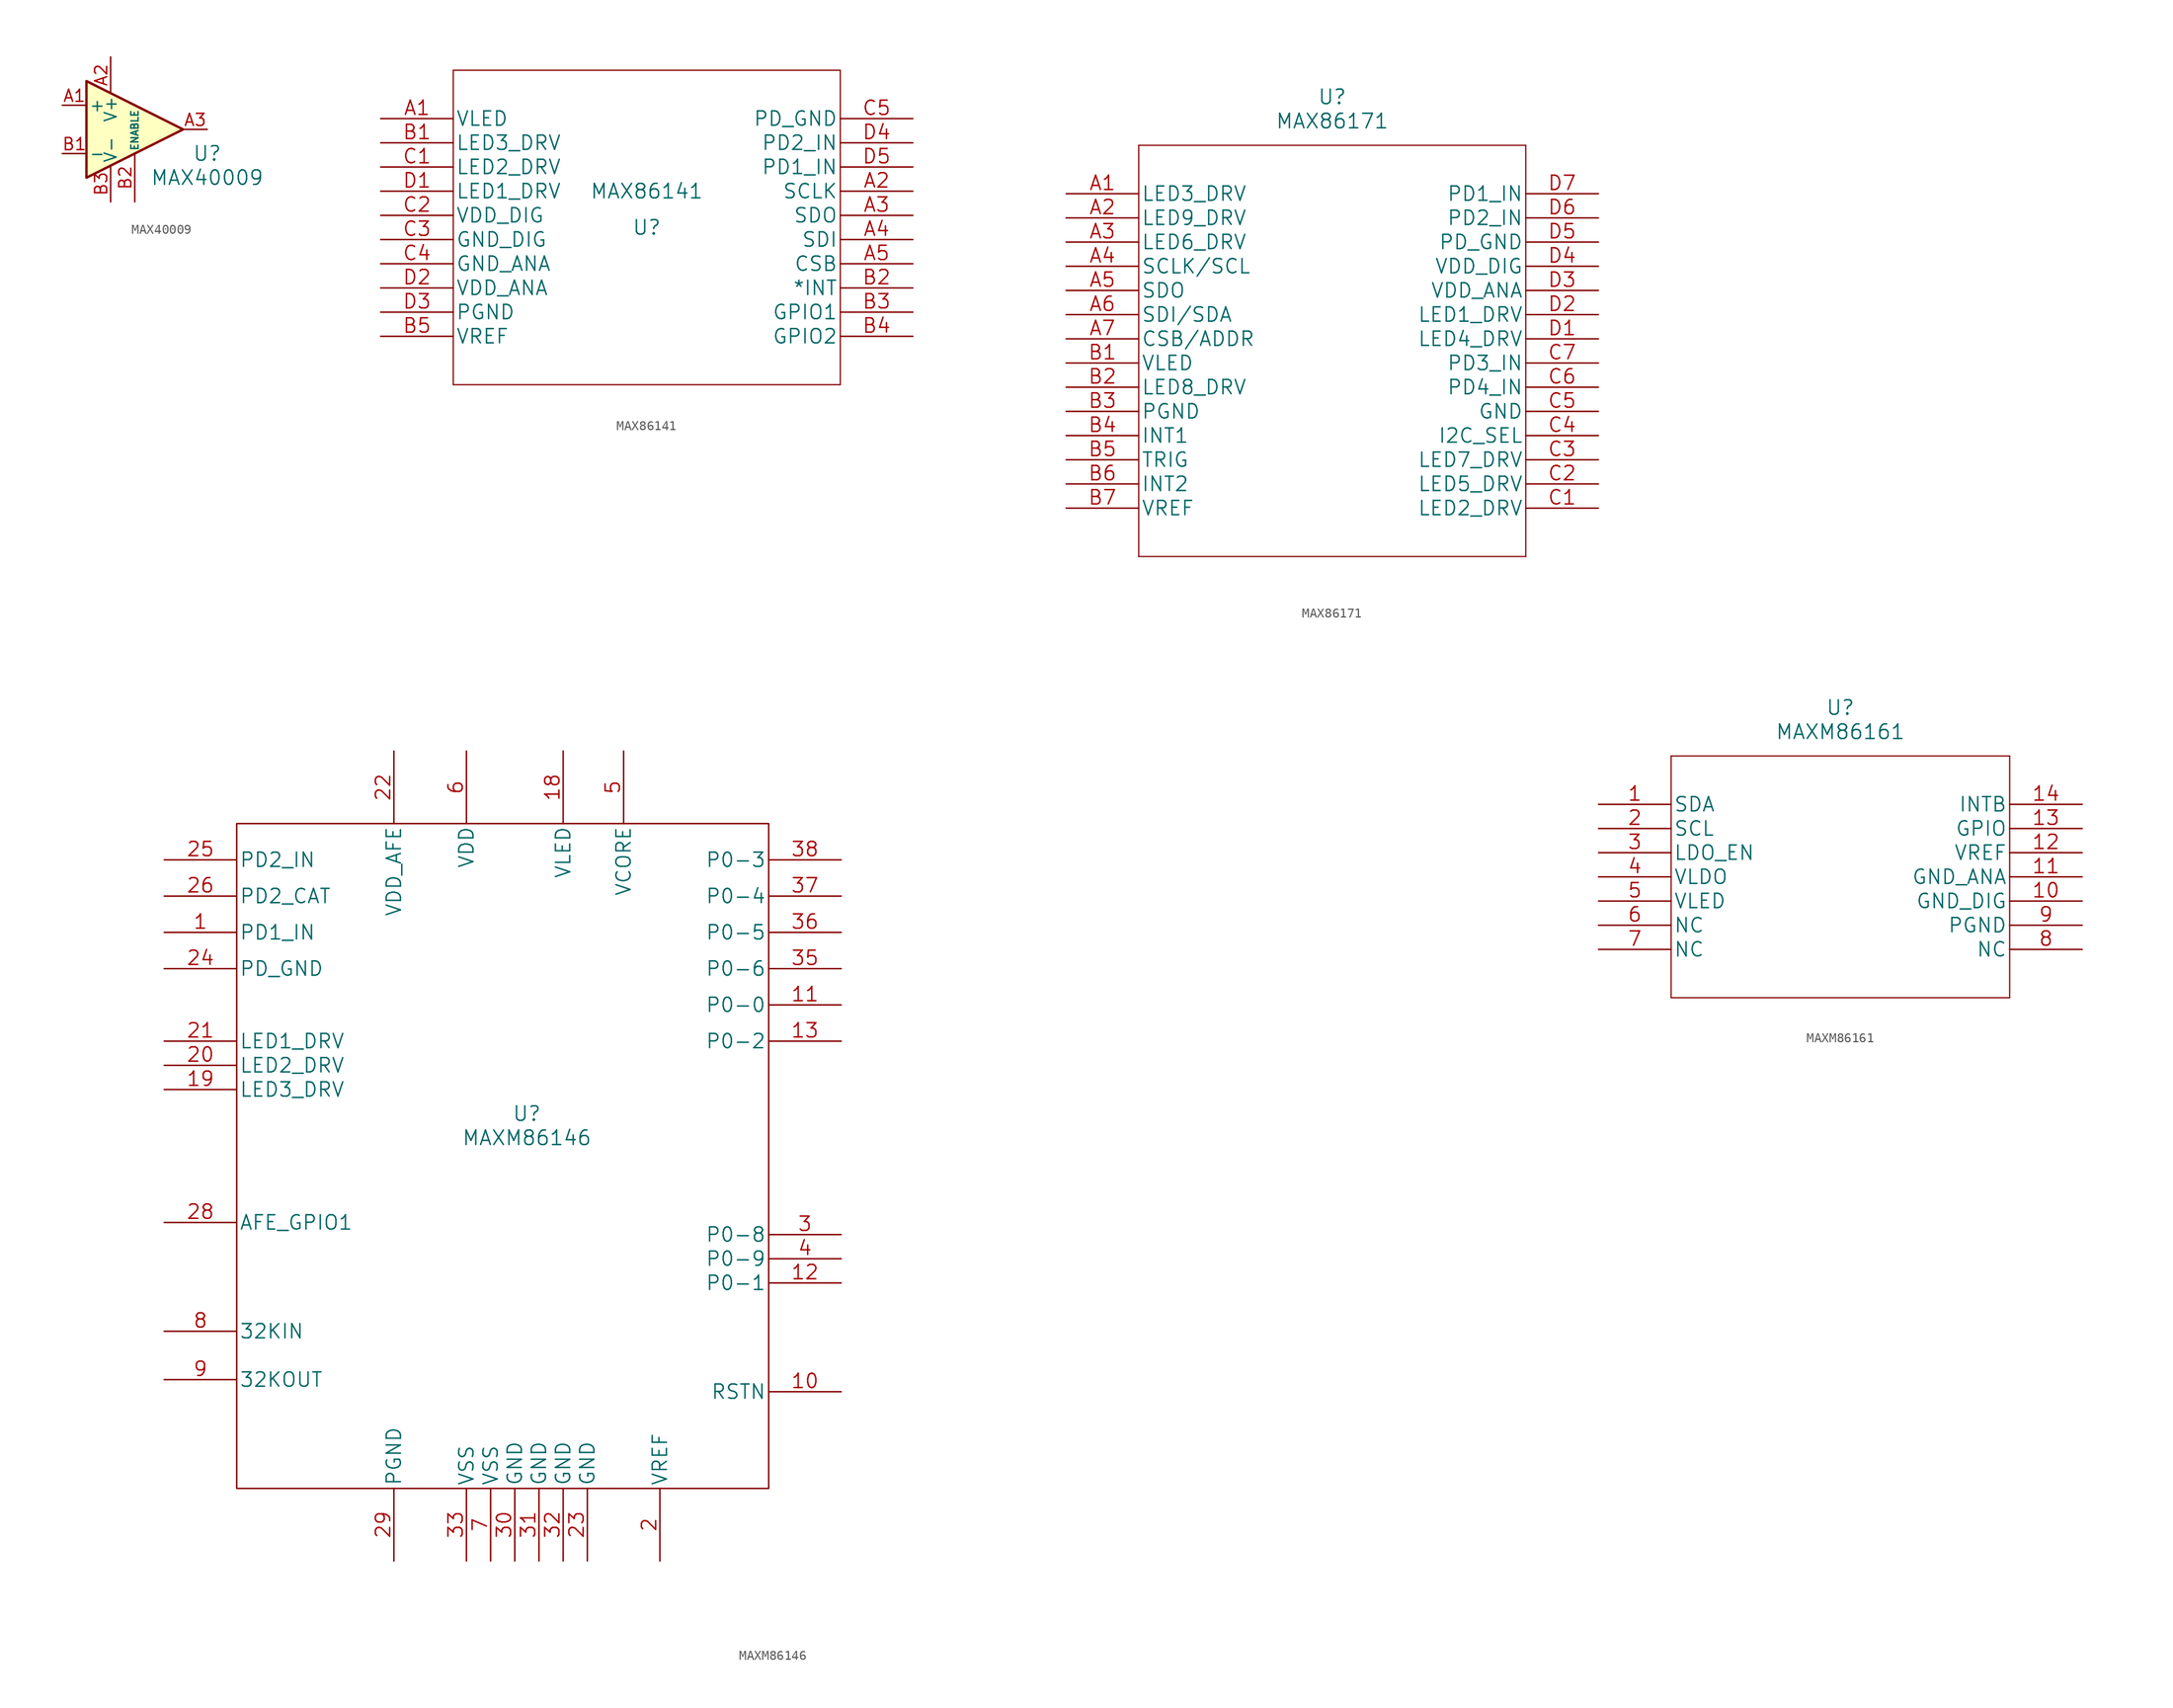
<source format=kicad_sym>
(kicad_symbol_lib
  (version 20231120)
  (generator "kicad_symbol_editor")
  (generator_version "8.0")
  (symbol "MAX40009"
    (pin_names
      (offset 0.254))
    (property "Reference" "U"
      (at 10.16 -2.54 0)
      (effects (font (size 1.524 1.524))))
    (property "Value" "MAX40009"
      (at 10.16 -5.08 0)
      (effects (font (size 1.524 1.524))))
    (property "Datasheet" ""
      (at 0 5.08 0)
      (effects (font (size 1.524 1.524))))
    (symbol "MAX40009_1_1"
      (polyline (pts (xy -2.54 5.08) (xy 7.62 0) (xy -2.54 -5.08) (xy -2.54 5.08)) (stroke (width 0.254) (type solid)) (fill (type background)))
      (pin input line (at -5.08 2.54 0) (length 2.54) (name "+" (effects (font (size 1.27 1.27)))) (number "A1" (effects (font (size 1.27 1.27)))))
      (pin power_in line (at 0 7.62 270) (length 3.81) (name "V+" (effects (font (size 1.27 1.27)))) (number "A2" (effects (font (size 1.27 1.27)))))
      (pin output line (at 10.16 0 180) (length 2.54) (name "~" (effects (font (size 1.27 1.27)))) (number "A3" (effects (font (size 1.27 1.27)))))
      (pin input line (at -5.08 -2.54 0) (length 2.54) (name "-" (effects (font (size 1.27 1.27)))) (number "B1" (effects (font (size 1.27 1.27)))))
      (pin input line (at 2.54 -7.62 90) (length 5.08) (name "ENABLE" (effects (font (size 0.762 0.762)))) (number "B2" (effects (font (size 1.27 1.27)))))
      (pin power_in line (at 0 -7.62 90) (length 3.81) (name "V-" (effects (font (size 1.27 1.27)))) (number "B3" (effects (font (size 1.27 1.27)))))))
  (symbol "MAX86141"
    (pin_names
      (offset 0.254))
    (property "Reference" "U"
      (at 0 -1.27 0)
      (effects (font (size 1.524 1.524))))
    (property "Value" "MAX86141"
      (at 0 2.54 0)
      (effects (font (size 1.524 1.524))))
    (property "Datasheet" ""
      (at -27.94 10.16 0)
      (effects (font (size 1.524 1.524))))
    (symbol "MAX86141_1_1"
      (polyline (pts (xy -20.32 -17.78) (xy 20.32 -17.78)) (stroke (width 0.127) (type solid)) (fill (type none)))
      (polyline (pts (xy -20.32 15.24) (xy -20.32 -17.78)) (stroke (width 0.127) (type solid)) (fill (type none)))
      (polyline (pts (xy 20.32 -17.78) (xy 20.32 15.24)) (stroke (width 0.127) (type solid)) (fill (type none)))
      (polyline (pts (xy 20.32 15.24) (xy -20.32 15.24)) (stroke (width 0.127) (type solid)) (fill (type none)))
      (pin unspecified line (at -27.94 10.16 0) (length 7.62) (name "VLED" (effects (font (size 1.499 1.499)))) (number "A1" (effects (font (size 1.499 1.499)))))
      (pin unspecified line (at 27.94 2.54 180) (length 7.62) (name "SCLK" (effects (font (size 1.499 1.499)))) (number "A2" (effects (font (size 1.499 1.499)))))
      (pin unspecified line (at 27.94 0 180) (length 7.62) (name "SDO" (effects (font (size 1.499 1.499)))) (number "A3" (effects (font (size 1.499 1.499)))))
      (pin unspecified line (at 27.94 -2.54 180) (length 7.62) (name "SDI" (effects (font (size 1.499 1.499)))) (number "A4" (effects (font (size 1.499 1.499)))))
      (pin unspecified line (at 27.94 -5.08 180) (length 7.62) (name "CSB" (effects (font (size 1.499 1.499)))) (number "A5" (effects (font (size 1.499 1.499)))))
      (pin bidirectional line (at -27.94 7.62 0) (length 7.62) (name "LED3_DRV" (effects (font (size 1.499 1.499)))) (number "B1" (effects (font (size 1.499 1.499)))))
      (pin unspecified line (at 27.94 -7.62 180) (length 7.62) (name "*INT" (effects (font (size 1.499 1.499)))) (number "B2" (effects (font (size 1.499 1.499)))))
      (pin bidirectional line (at 27.94 -10.16 180) (length 7.62) (name "GPIO1" (effects (font (size 1.499 1.499)))) (number "B3" (effects (font (size 1.499 1.499)))))
      (pin bidirectional line (at 27.94 -12.7 180) (length 7.62) (name "GPIO2" (effects (font (size 1.499 1.499)))) (number "B4" (effects (font (size 1.499 1.499)))))
      (pin power_in line (at -27.94 -12.7 0) (length 7.62) (name "VREF" (effects (font (size 1.499 1.499)))) (number "B5" (effects (font (size 1.499 1.499)))))
      (pin bidirectional line (at -27.94 5.08 0) (length 7.62) (name "LED2_DRV" (effects (font (size 1.499 1.499)))) (number "C1" (effects (font (size 1.499 1.499)))))
      (pin power_in line (at -27.94 0 0) (length 7.62) (name "VDD_DIG" (effects (font (size 1.499 1.499)))) (number "C2" (effects (font (size 1.499 1.499)))))
      (pin power_in line (at -27.94 -2.54 0) (length 7.62) (name "GND_DIG" (effects (font (size 1.499 1.499)))) (number "C3" (effects (font (size 1.499 1.499)))))
      (pin power_in line (at -27.94 -5.08 0) (length 7.62) (name "GND_ANA" (effects (font (size 1.499 1.499)))) (number "C4" (effects (font (size 1.499 1.499)))))
      (pin power_in line (at 27.94 10.16 180) (length 7.62) (name "PD_GND" (effects (font (size 1.499 1.499)))) (number "C5" (effects (font (size 1.499 1.499)))))
      (pin bidirectional line (at -27.94 2.54 0) (length 7.62) (name "LED1_DRV" (effects (font (size 1.499 1.499)))) (number "D1" (effects (font (size 1.499 1.499)))))
      (pin power_in line (at -27.94 -7.62 0) (length 7.62) (name "VDD_ANA" (effects (font (size 1.499 1.499)))) (number "D2" (effects (font (size 1.499 1.499)))))
      (pin power_in line (at -27.94 -10.16 0) (length 7.62) (name "PGND" (effects (font (size 1.499 1.499)))) (number "D3" (effects (font (size 1.499 1.499)))))
      (pin bidirectional line (at 27.94 7.62 180) (length 7.62) (name "PD2_IN" (effects (font (size 1.499 1.499)))) (number "D4" (effects (font (size 1.499 1.499)))))
      (pin bidirectional line (at 27.94 5.08 180) (length 7.62) (name "PD1_IN" (effects (font (size 1.499 1.499)))) (number "D5" (effects (font (size 1.499 1.499)))))))
  (symbol "MAX86171"
    (pin_names
      (offset 0.254))
    (property "Reference" "U"
      (at 0 26.67 0)
      (effects (font (size 1.524 1.524))))
    (property "Value" "MAX86171"
      (at 0 24.13 0)
      (effects (font (size 1.524 1.524))))
    (property "Datasheet" ""
      (at -27.94 16.51 0)
      (effects (font (size 1.524 1.524))))
    (symbol "MAX86171_1_1"
      (polyline (pts (xy -20.32 -21.59) (xy 20.32 -21.59)) (stroke (width 0.127) (type solid)) (fill (type none)))
      (polyline (pts (xy -20.32 21.59) (xy -20.32 -21.59)) (stroke (width 0.127) (type solid)) (fill (type none)))
      (polyline (pts (xy 20.32 -21.59) (xy 20.32 21.59)) (stroke (width 0.127) (type solid)) (fill (type none)))
      (polyline (pts (xy 20.32 21.59) (xy -20.32 21.59)) (stroke (width 0.127) (type solid)) (fill (type none)))
      (pin output line (at -27.94 16.51 0) (length 7.62) (name "LED3_DRV" (effects (font (size 1.499 1.499)))) (number "A1" (effects (font (size 1.499 1.499)))))
      (pin output line (at -27.94 13.97 0) (length 7.62) (name "LED9_DRV" (effects (font (size 1.499 1.499)))) (number "A2" (effects (font (size 1.499 1.499)))))
      (pin output line (at -27.94 11.43 0) (length 7.62) (name "LED6_DRV" (effects (font (size 1.499 1.499)))) (number "A3" (effects (font (size 1.499 1.499)))))
      (pin unspecified line (at -27.94 8.89 0) (length 7.62) (name "SCLK/SCL" (effects (font (size 1.499 1.499)))) (number "A4" (effects (font (size 1.499 1.499)))))
      (pin output line (at -27.94 6.35 0) (length 7.62) (name "SDO" (effects (font (size 1.499 1.499)))) (number "A5" (effects (font (size 1.499 1.499)))))
      (pin input line (at -27.94 3.81 0) (length 7.62) (name "SDI/SDA" (effects (font (size 1.499 1.499)))) (number "A6" (effects (font (size 1.499 1.499)))))
      (pin input line (at -27.94 1.27 0) (length 7.62) (name "CSB/ADDR" (effects (font (size 1.499 1.499)))) (number "A7" (effects (font (size 1.499 1.499)))))
      (pin input line (at -27.94 -1.27 0) (length 7.62) (name "VLED" (effects (font (size 1.499 1.499)))) (number "B1" (effects (font (size 1.499 1.499)))))
      (pin output line (at -27.94 -3.81 0) (length 7.62) (name "LED8_DRV" (effects (font (size 1.499 1.499)))) (number "B2" (effects (font (size 1.499 1.499)))))
      (pin power_in line (at -27.94 -6.35 0) (length 7.62) (name "PGND" (effects (font (size 1.499 1.499)))) (number "B3" (effects (font (size 1.499 1.499)))))
      (pin output line (at -27.94 -8.89 0) (length 7.62) (name "INT1" (effects (font (size 1.499 1.499)))) (number "B4" (effects (font (size 1.499 1.499)))))
      (pin input line (at -27.94 -11.43 0) (length 7.62) (name "TRIG" (effects (font (size 1.499 1.499)))) (number "B5" (effects (font (size 1.499 1.499)))))
      (pin output line (at -27.94 -13.97 0) (length 7.62) (name "INT2" (effects (font (size 1.499 1.499)))) (number "B6" (effects (font (size 1.499 1.499)))))
      (pin unspecified line (at -27.94 -16.51 0) (length 7.62) (name "VREF" (effects (font (size 1.499 1.499)))) (number "B7" (effects (font (size 1.499 1.499)))))
      (pin output line (at 27.94 -16.51 180) (length 7.62) (name "LED2_DRV" (effects (font (size 1.499 1.499)))) (number "C1" (effects (font (size 1.499 1.499)))))
      (pin output line (at 27.94 -13.97 180) (length 7.62) (name "LED5_DRV" (effects (font (size 1.499 1.499)))) (number "C2" (effects (font (size 1.499 1.499)))))
      (pin output line (at 27.94 -11.43 180) (length 7.62) (name "LED7_DRV" (effects (font (size 1.499 1.499)))) (number "C3" (effects (font (size 1.499 1.499)))))
      (pin input line (at 27.94 -8.89 180) (length 7.62) (name "I2C_SEL" (effects (font (size 1.499 1.499)))) (number "C4" (effects (font (size 1.499 1.499)))))
      (pin power_in line (at 27.94 -6.35 180) (length 7.62) (name "GND" (effects (font (size 1.499 1.499)))) (number "C5" (effects (font (size 1.499 1.499)))))
      (pin input line (at 27.94 -3.81 180) (length 7.62) (name "PD4_IN" (effects (font (size 1.499 1.499)))) (number "C6" (effects (font (size 1.499 1.499)))))
      (pin input line (at 27.94 -1.27 180) (length 7.62) (name "PD3_IN" (effects (font (size 1.499 1.499)))) (number "C7" (effects (font (size 1.499 1.499)))))
      (pin output line (at 27.94 1.27 180) (length 7.62) (name "LED4_DRV" (effects (font (size 1.499 1.499)))) (number "D1" (effects (font (size 1.499 1.499)))))
      (pin output line (at 27.94 3.81 180) (length 7.62) (name "LED1_DRV" (effects (font (size 1.499 1.499)))) (number "D2" (effects (font (size 1.499 1.499)))))
      (pin power_in line (at 27.94 6.35 180) (length 7.62) (name "VDD_ANA" (effects (font (size 1.499 1.499)))) (number "D3" (effects (font (size 1.499 1.499)))))
      (pin power_in line (at 27.94 8.89 180) (length 7.62) (name "VDD_DIG" (effects (font (size 1.499 1.499)))) (number "D4" (effects (font (size 1.499 1.499)))))
      (pin unspecified line (at 27.94 11.43 180) (length 7.62) (name "PD_GND" (effects (font (size 1.499 1.499)))) (number "D5" (effects (font (size 1.499 1.499)))))
      (pin input line (at 27.94 13.97 180) (length 7.62) (name "PD2_IN" (effects (font (size 1.499 1.499)))) (number "D6" (effects (font (size 1.499 1.499)))))
      (pin input line (at 27.94 16.51 180) (length 7.62) (name "PD1_IN" (effects (font (size 1.499 1.499)))) (number "D7" (effects (font (size 1.499 1.499)))))))
  (symbol "MAXM86146"
    (pin_names
      (offset 0.254))
    (property "Reference" "U"
      (at 0 1.27 0)
      (effects (font (size 1.524 1.524))))
    (property "Value" "MAXM86146"
      (at 0 -1.27 0)
      (effects (font (size 1.524 1.524))))
    (property "Datasheet" ""
      (at 71.12 25.4 0)
      (effects (font (size 1.524 1.524))))
    (symbol "MAXM86146_0_1"
      (rectangle (start -30.48 31.75) (end 25.4 -38.1) (stroke (width 0) (type solid)) (fill (type none))))
    (symbol "MAXM86146_1_1"
      (pin input line (at -38.1 20.32 0) (length 7.62) (name "PD1_IN" (effects (font (size 1.499 1.499)))) (number "1" (effects (font (size 1.499 1.499)))))
      (pin input line (at 33.02 -27.94 180) (length 7.62) (name "RSTN" (effects (font (size 1.499 1.499)))) (number "10" (effects (font (size 1.499 1.499)))))
      (pin unspecified line (at 33.02 12.7 180) (length 7.62) (name "P0-0" (effects (font (size 1.499 1.499)))) (number "11" (effects (font (size 1.499 1.499)))))
      (pin unspecified line (at 33.02 -16.51 180) (length 7.62) (name "P0-1" (effects (font (size 1.499 1.499)))) (number "12" (effects (font (size 1.499 1.499)))))
      (pin unspecified line (at 33.02 8.89 180) (length 7.62) (name "P0-2" (effects (font (size 1.499 1.499)))) (number "13" (effects (font (size 1.499 1.499)))))
      (pin unspecified line (at 82.55 -8.89 0) (length 7.62) hide (name "NC" (effects (font (size 1.499 1.499)))) (number "14" (effects (font (size 1.499 1.499)))))
      (pin unspecified line (at 82.55 -11.43 0) (length 7.62) hide (name "NC" (effects (font (size 1.499 1.499)))) (number "15" (effects (font (size 1.499 1.499)))))
      (pin unspecified line (at 82.55 -13.97 0) (length 7.62) hide (name "NC" (effects (font (size 1.499 1.499)))) (number "16" (effects (font (size 1.499 1.499)))))
      (pin unspecified line (at 82.55 -16.51 0) (length 7.62) hide (name "NC" (effects (font (size 1.499 1.499)))) (number "17" (effects (font (size 1.499 1.499)))))
      (pin input line (at 3.81 39.37 270) (length 7.62) (name "VLED" (effects (font (size 1.499 1.499)))) (number "18" (effects (font (size 1.499 1.499)))))
      (pin output line (at -38.1 3.81 0) (length 7.62) (name "LED3_DRV" (effects (font (size 1.499 1.499)))) (number "19" (effects (font (size 1.499 1.499)))))
      (pin unspecified line (at 13.97 -45.72 90) (length 7.62) (name "VREF" (effects (font (size 1.499 1.499)))) (number "2" (effects (font (size 1.499 1.499)))))
      (pin output line (at -38.1 6.35 0) (length 7.62) (name "LED2_DRV" (effects (font (size 1.499 1.499)))) (number "20" (effects (font (size 1.499 1.499)))))
      (pin output line (at -38.1 8.89 0) (length 7.62) (name "LED1_DRV" (effects (font (size 1.499 1.499)))) (number "21" (effects (font (size 1.499 1.499)))))
      (pin input line (at -13.97 39.37 270) (length 7.62) (name "VDD_AFE" (effects (font (size 1.499 1.499)))) (number "22" (effects (font (size 1.499 1.499)))))
      (pin power_in line (at 6.35 -45.72 90) (length 7.62) (name "GND" (effects (font (size 1.499 1.499)))) (number "23" (effects (font (size 1.499 1.499)))))
      (pin unspecified line (at -38.1 16.51 0) (length 7.62) (name "PD_GND" (effects (font (size 1.499 1.499)))) (number "24" (effects (font (size 1.499 1.499)))))
      (pin input line (at -38.1 27.94 0) (length 7.62) (name "PD2_IN" (effects (font (size 1.499 1.499)))) (number "25" (effects (font (size 1.499 1.499)))))
      (pin unspecified line (at -38.1 24.13 0) (length 7.62) (name "PD2_CAT" (effects (font (size 1.499 1.499)))) (number "26" (effects (font (size 1.499 1.499)))))
      (pin unspecified line (at 82.55 -3.81 0) (length 7.62) hide (name "NC" (effects (font (size 1.499 1.499)))) (number "27" (effects (font (size 1.499 1.499)))))
      (pin bidirectional line (at -38.1 -10.16 0) (length 7.62) (name "AFE_GPIO1" (effects (font (size 1.499 1.499)))) (number "28" (effects (font (size 1.499 1.499)))))
      (pin power_in line (at -13.97 -45.72 90) (length 7.62) (name "PGND" (effects (font (size 1.499 1.499)))) (number "29" (effects (font (size 1.499 1.499)))))
      (pin unspecified line (at 33.02 -11.43 180) (length 7.62) (name "P0-8" (effects (font (size 1.499 1.499)))) (number "3" (effects (font (size 1.499 1.499)))))
      (pin power_in line (at -1.27 -45.72 90) (length 7.62) (name "GND" (effects (font (size 1.499 1.499)))) (number "30" (effects (font (size 1.499 1.499)))))
      (pin power_in line (at 1.27 -45.72 90) (length 7.62) (name "GND" (effects (font (size 1.499 1.499)))) (number "31" (effects (font (size 1.499 1.499)))))
      (pin power_in line (at 3.81 -45.72 90) (length 7.62) (name "GND" (effects (font (size 1.499 1.499)))) (number "32" (effects (font (size 1.499 1.499)))))
      (pin power_in line (at -6.35 -45.72 90) (length 7.62) (name "VSS" (effects (font (size 1.499 1.499)))) (number "33" (effects (font (size 1.499 1.499)))))
      (pin unspecified line (at 82.55 -6.35 0) (length 7.62) hide (name "NC" (effects (font (size 1.499 1.499)))) (number "34" (effects (font (size 1.499 1.499)))))
      (pin bidirectional line (at 33.02 16.51 180) (length 7.62) (name "P0-6" (effects (font (size 1.499 1.499)))) (number "35" (effects (font (size 1.499 1.499)))))
      (pin bidirectional line (at 33.02 20.32 180) (length 7.62) (name "P0-5" (effects (font (size 1.499 1.499)))) (number "36" (effects (font (size 1.499 1.499)))))
      (pin bidirectional line (at 33.02 24.13 180) (length 7.62) (name "P0-4" (effects (font (size 1.499 1.499)))) (number "37" (effects (font (size 1.499 1.499)))))
      (pin input line (at 33.02 27.94 180) (length 7.62) (name "P0-3" (effects (font (size 1.499 1.499)))) (number "38" (effects (font (size 1.499 1.499)))))
      (pin unspecified line (at 33.02 -13.97 180) (length 7.62) (name "P0-9" (effects (font (size 1.499 1.499)))) (number "4" (effects (font (size 1.499 1.499)))))
      (pin power_in line (at 10.16 39.37 270) (length 7.62) (name "VCORE" (effects (font (size 1.499 1.499)))) (number "5" (effects (font (size 1.499 1.499)))))
      (pin power_in line (at -6.35 39.37 270) (length 7.62) (name "VDD" (effects (font (size 1.499 1.499)))) (number "6" (effects (font (size 1.499 1.499)))))
      (pin power_in line (at -3.81 -45.72 90) (length 7.62) (name "VSS" (effects (font (size 1.499 1.499)))) (number "7" (effects (font (size 1.499 1.499)))))
      (pin input line (at -38.1 -21.59 0) (length 7.62) (name "32KIN" (effects (font (size 1.499 1.499)))) (number "8" (effects (font (size 1.499 1.499)))))
      (pin output line (at -38.1 -26.67 0) (length 7.62) (name "32KOUT" (effects (font (size 1.499 1.499)))) (number "9" (effects (font (size 1.499 1.499)))))))
  (symbol "MAXM86161"
    (pin_names
      (offset 0.254))
    (property "Reference" "U"
      (at 0 17.78 0)
      (effects (font (size 1.524 1.524))))
    (property "Value" "MAXM86161"
      (at 0 15.24 0)
      (effects (font (size 1.524 1.524))))
    (property "Datasheet" ""
      (at -25.4 7.62 0)
      (effects (font (size 1.524 1.524))))
    (symbol "MAXM86161_1_1"
      (polyline (pts (xy -17.78 -12.7) (xy 17.78 -12.7)) (stroke (width 0.127) (type solid)) (fill (type none)))
      (polyline (pts (xy -17.78 12.7) (xy -17.78 -12.7)) (stroke (width 0.127) (type solid)) (fill (type none)))
      (polyline (pts (xy 17.78 -12.7) (xy 17.78 12.7)) (stroke (width 0.127) (type solid)) (fill (type none)))
      (polyline (pts (xy 17.78 12.7) (xy -17.78 12.7)) (stroke (width 0.127) (type solid)) (fill (type none)))
      (pin bidirectional line (at -25.4 7.62 0) (length 7.62) (name "SDA" (effects (font (size 1.499 1.499)))) (number "1" (effects (font (size 1.499 1.499)))))
      (pin unspecified line (at 25.4 -2.54 180) (length 7.62) (name "GND_DIG" (effects (font (size 1.499 1.499)))) (number "10" (effects (font (size 1.499 1.499)))))
      (pin unspecified line (at 25.4 0 180) (length 7.62) (name "GND_ANA" (effects (font (size 1.499 1.499)))) (number "11" (effects (font (size 1.499 1.499)))))
      (pin unspecified line (at 25.4 2.54 180) (length 7.62) (name "VREF" (effects (font (size 1.499 1.499)))) (number "12" (effects (font (size 1.499 1.499)))))
      (pin bidirectional line (at 25.4 5.08 180) (length 7.62) (name "GPIO" (effects (font (size 1.499 1.499)))) (number "13" (effects (font (size 1.499 1.499)))))
      (pin unspecified line (at 25.4 7.62 180) (length 7.62) (name "INTB" (effects (font (size 1.499 1.499)))) (number "14" (effects (font (size 1.499 1.499)))))
      (pin input line (at -25.4 5.08 0) (length 7.62) (name "SCL" (effects (font (size 1.499 1.499)))) (number "2" (effects (font (size 1.499 1.499)))))
      (pin input line (at -25.4 2.54 0) (length 7.62) (name "LDO_EN" (effects (font (size 1.499 1.499)))) (number "3" (effects (font (size 1.499 1.499)))))
      (pin output line (at -25.4 0 0) (length 7.62) (name "VLDO" (effects (font (size 1.499 1.499)))) (number "4" (effects (font (size 1.499 1.499)))))
      (pin input line (at -25.4 -2.54 0) (length 7.62) (name "VLED" (effects (font (size 1.499 1.499)))) (number "5" (effects (font (size 1.499 1.499)))))
      (pin unspecified line (at -25.4 -5.08 0) (length 7.62) (name "NC" (effects (font (size 1.499 1.499)))) (number "6" (effects (font (size 1.499 1.499)))))
      (pin unspecified line (at -25.4 -7.62 0) (length 7.62) (name "NC" (effects (font (size 1.499 1.499)))) (number "7" (effects (font (size 1.499 1.499)))))
      (pin unspecified line (at 25.4 -7.62 180) (length 7.62) (name "NC" (effects (font (size 1.499 1.499)))) (number "8" (effects (font (size 1.499 1.499)))))
      (pin power_in line (at 25.4 -5.08 180) (length 7.62) (name "PGND" (effects (font (size 1.499 1.499)))) (number "9" (effects (font (size 1.499 1.499))))))))
</source>
